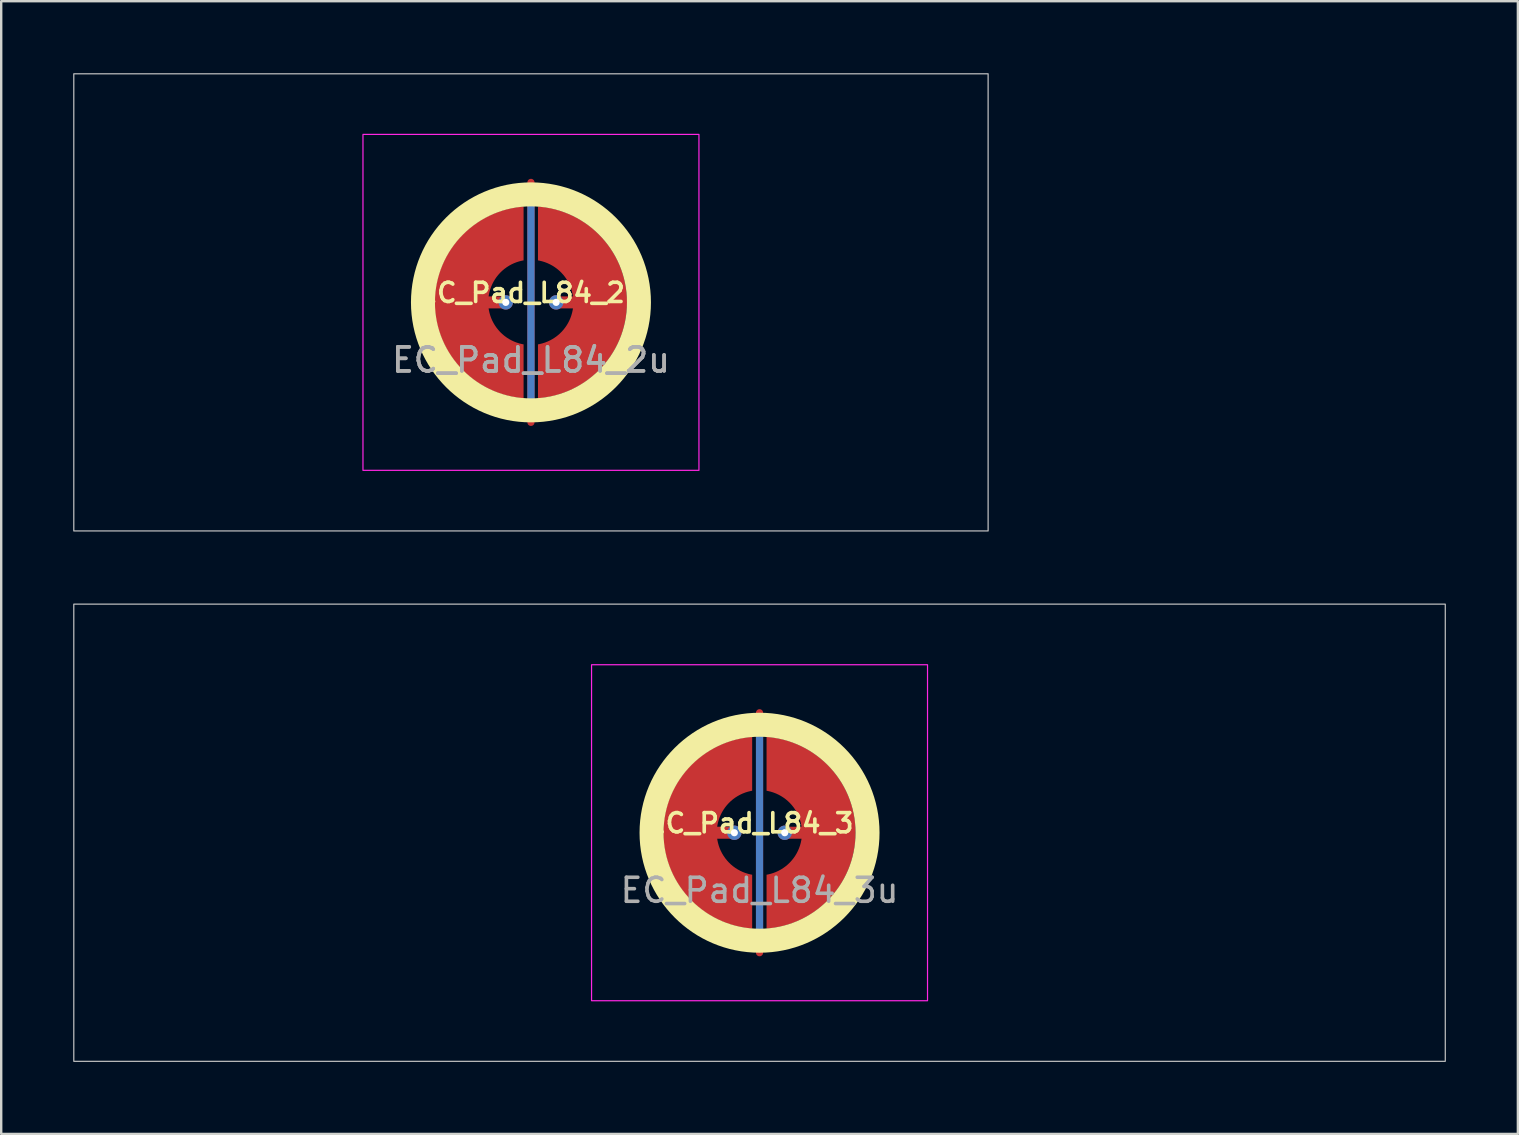
<source format=kicad_pcb>
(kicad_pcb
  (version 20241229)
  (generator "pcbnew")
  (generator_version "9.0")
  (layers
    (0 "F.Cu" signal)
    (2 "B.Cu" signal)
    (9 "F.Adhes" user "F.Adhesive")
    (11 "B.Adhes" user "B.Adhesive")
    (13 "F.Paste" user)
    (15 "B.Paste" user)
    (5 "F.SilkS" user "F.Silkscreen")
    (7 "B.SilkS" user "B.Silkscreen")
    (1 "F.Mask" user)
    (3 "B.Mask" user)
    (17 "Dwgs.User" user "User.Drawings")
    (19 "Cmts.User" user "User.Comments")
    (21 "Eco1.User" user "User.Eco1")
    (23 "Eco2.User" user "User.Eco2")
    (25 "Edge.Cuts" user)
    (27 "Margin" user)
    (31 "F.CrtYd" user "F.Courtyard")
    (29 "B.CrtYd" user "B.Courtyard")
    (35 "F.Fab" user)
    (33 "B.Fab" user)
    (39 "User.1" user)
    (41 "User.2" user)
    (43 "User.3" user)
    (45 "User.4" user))
  (footprint "EC_Pad_L84_3u"
    (layer "F.Cu")
    (at 28.6 31.65)
    (property "Reference" "EC_Pad_L84_3u" (at 0 -0.4 0) (unlocked yes) (layer "F.SilkS") (effects (font (size 0.8 0.8) (thickness 0.15))))
    (attr smd exclude_from_pos_files exclude_from_bom)
    (fp_circle (center 0 0) (end 4.5 0) (stroke (width 1) (type solid)) (fill no) (layer "F.SilkS"))
    (fp_rect (start -28.575 -9.525) (end 28.575 9.525) (stroke (width 0.05) (type solid)) (fill no) (layer "Dwgs.User"))
    (fp_rect (start -7.75 -7.75) (end 7.75 7.75) (stroke (width 0.05) (type solid)) (fill no) (layer "Eco1.User"))
    (fp_line (start -7 -6) (end -7 6) (stroke (width 0.1) (type default)) (layer "Eco2.User"))
    (fp_line (start -7 -6) (end -6 -7) (stroke (width 0.1) (type default)) (layer "Eco2.User"))
    (fp_line (start -7 6) (end -6 7) (stroke (width 0.1) (type default)) (layer "Eco2.User"))
    (fp_line (start -6 -7) (end 6 -7) (stroke (width 0.1) (type default)) (layer "Eco2.User"))
    (fp_line (start -6 7) (end 6 7) (stroke (width 0.1) (type default)) (layer "Eco2.User"))
    (fp_line (start 6 -7) (end 7 -6) (stroke (width 0.1) (type default)) (layer "Eco2.User"))
    (fp_line (start 6 7) (end 7 6) (stroke (width 0.1) (type default)) (layer "Eco2.User"))
    (fp_line (start 7 -6) (end 7 6) (stroke (width 0.1) (type default)) (layer "Eco2.User"))
    (fp_rect (start -7 -7) (end 7 7) (stroke (width 0.05) (type default)) (fill no) (layer "F.CrtYd"))
    (fp_text user "${REFERENCE}" (at 0 2.4 0) (unlocked yes) (layer "F.Fab") (effects (font (size 1 1) (thickness 0.15))))
    (pad "1" smd custom (at -2.75 0) (size 1 1) (layers "F.Cu") (options (anchor circle)) (primitives (gr_poly (pts (arc (start 2.442694 -1.749464) (mid 1.469813 -1.237093) (end 0.985388 -0.25)) (arc (start 1.668938 -0.25) (mid 1.844835 -0.177141) (end 1.917694 -0.001244)) (arc (start 1.917694 0.001244) (mid 1.844835 0.177141) (end 1.668938 0.25)) (arc (start 0.985388 0.25) (mid 1.469813 1.237093) (end 2.442694 1.749464)) (arc (start 2.442694 3.998762) (mid -1.267306 0) (end 2.442694 -3.998762))) (width 0) (fill yes))))
    (pad "1" thru_hole circle (at -1.05 0) (size 0.6 0.6) (drill 0.3) (layers "*.Cu"))
    (pad "2" thru_hole circle (at 1.05 0) (size 0.6 0.6) (drill 0.3) (layers "*.Cu"))
    (pad "2" smd custom (at 2.75 0) (size 1 1) (layers "F.Cu") (options (anchor circle)) (primitives (gr_poly (pts (arc (start -2.457306 3.998762) (mid 1.252694 0) (end -2.457306 -3.998762)) (arc (start -2.457306 -1.749464) (mid -1.484425 -1.237093) (end -1 -0.25)) (arc (start -1.68355 -0.25) (mid -1.859446 -0.17714) (end -1.932306 -0.001244)) (arc (start -1.932306 0.001244) (mid -1.859446 0.17714) (end -1.68355 0.25)) (arc (start -1 0.25) (mid -1.484425 1.237093) (end -2.457306 1.749464))) (width 0) (fill yes))))
    (pad "3" smd custom (at 0 0) (size 0.25 0.25) (layers "F.Cu") (options (anchor rect)) (primitives (gr_line (start 0 -5) (end 0 5) (width 0.3))))
    (pad "3" smd custom (at 0 0) (size 0.25 0.25) (layers "B.Cu") (options (anchor rect)) (primitives (gr_line (start 0 -4.5) (end 0 4.5) (width 0.3))))
    (zone (net_name "") (layer "F.Cu") (hatch edge 0.5) (connect_pads) (min_thickness 0.25) (filled_areas_thickness no) (keepout (tracks allowed) (vias allowed) (pads allowed) (copperpour not_allowed) (footprints allowed)) (placement (enabled no)) (fill) (polygon (pts (xy 33.595 31.432) (xy 33.557 30.997) (xy 33.481 30.568) (xy 33.369 30.146) (xy 33.219 29.737) (xy 33.035 29.341) (xy 32.817 28.964) (xy 32.567 28.606) (xy 32.286 28.272) (xy 31.978 27.964) (xy 31.644 27.683) (xy 31.286 27.433) (xy 30.909 27.215) (xy 30.513 27.031) (xy 30.104 26.881) (xy 29.682 26.769) (xy 29.253 26.693) (xy 28.818 26.655) (xy 28.382 26.655) (xy 27.947 26.693) (xy 27.518 26.769) (xy 27.096 26.881) (xy 26.687 27.031) (xy 26.291 27.215) (xy 25.914 27.433) (xy 25.556 27.683) (xy 25.222 27.964) (xy 24.914 28.272) (xy 24.633 28.606) (xy 24.383 28.964) (xy 24.165 29.341) (xy 23.981 29.737) (xy 23.831 30.146) (xy 23.719 30.568) (xy 23.643 30.997) (xy 23.605 31.432) (xy 23.605 31.868) (xy 23.643 32.303) (xy 23.719 32.732) (xy 23.831 33.154) (xy 23.981 33.563) (xy 24.165 33.959) (xy 24.383 34.336) (xy 24.633 34.694) (xy 24.914 35.028) (xy 25.222 35.336) (xy 25.556 35.617) (xy 25.914 35.867) (xy 26.291 36.085) (xy 26.687 36.269) (xy 27.096 36.419) (xy 27.518 36.531) (xy 27.947 36.607) (xy 28.382 36.645) (xy 28.818 36.645) (xy 29.253 36.607) (xy 29.682 36.531) (xy 30.104 36.419) (xy 30.513 36.269) (xy 30.909 36.085) (xy 31.286 35.867) (xy 31.644 35.617) (xy 31.978 35.336) (xy 32.286 35.028) (xy 32.567 34.694) (xy 32.817 34.336) (xy 33.035 33.959) (xy 33.219 33.563) (xy 33.369 33.154) (xy 33.481 32.732) (xy 33.557 32.303) (xy 33.595 31.868))))
    (zone (net_name "") (layer "B.Cu") (hatch edge 0.5) (connect_pads) (min_thickness 0.25) (filled_areas_thickness no) (keepout (tracks allowed) (vias allowed) (pads allowed) (copperpour not_allowed) (footprints allowed)) (placement (enabled no)) (fill) (polygon (pts (xy 33.096 31.454) (xy 33.062 31.063) (xy 32.993 30.676) (xy 32.892 30.297) (xy 32.757 29.928) (xy 32.592 29.572) (xy 32.395 29.232) (xy 32.17 28.911) (xy 31.918 28.61) (xy 31.64 28.332) (xy 31.339 28.08) (xy 31.018 27.855) (xy 30.678 27.658) (xy 30.322 27.493) (xy 29.953 27.358) (xy 29.574 27.257) (xy 29.187 27.188) (xy 28.796 27.154) (xy 28.404 27.154) (xy 28.013 27.188) (xy 27.626 27.257) (xy 27.247 27.358) (xy 26.878 27.493) (xy 26.522 27.658) (xy 26.182 27.855) (xy 25.861 28.08) (xy 25.56 28.332) (xy 25.282 28.61) (xy 25.03 28.911) (xy 24.805 29.232) (xy 24.608 29.572) (xy 24.443 29.928) (xy 24.308 30.297) (xy 24.207 30.676) (xy 24.138 31.063) (xy 24.104 31.454) (xy 24.104 31.846) (xy 24.138 32.237) (xy 24.207 32.624) (xy 24.308 33.003) (xy 24.443 33.372) (xy 24.608 33.728) (xy 24.805 34.068) (xy 25.03 34.389) (xy 25.282 34.69) (xy 25.56 34.968) (xy 25.861 35.22) (xy 26.182 35.445) (xy 26.522 35.642) (xy 26.878 35.807) (xy 27.247 35.942) (xy 27.626 36.043) (xy 28.013 36.112) (xy 28.404 36.146) (xy 28.796 36.146) (xy 29.187 36.112) (xy 29.574 36.043) (xy 29.953 35.942) (xy 30.322 35.807) (xy 30.678 35.642) (xy 31.018 35.445) (xy 31.339 35.22) (xy 31.64 34.968) (xy 31.918 34.69) (xy 32.17 34.389) (xy 32.395 34.068) (xy 32.592 33.728) (xy 32.757 33.372) (xy 32.892 33.003) (xy 32.993 32.624) (xy 33.062 32.237) (xy 33.096 31.846)))))
  (footprint "EC_Pad_L84_2u"
    (layer "F.Cu")
    (at 19.075 9.55)
    (property "Reference" "EC_Pad_L84_2u" (at 0 -0.4 0) (unlocked yes) (layer "F.SilkS") (effects (font (size 0.8 0.8) (thickness 0.15))))
    (attr smd exclude_from_pos_files exclude_from_bom)
    (fp_circle (center 0 0) (end 4.5 0) (stroke (width 1) (type solid)) (fill no) (layer "F.SilkS"))
    (fp_rect (start -19.05 -9.525) (end 19.05 9.525) (stroke (width 0.05) (type solid)) (fill no) (layer "Dwgs.User"))
    (fp_rect (start -7.75 -7.75) (end 7.75 7.75) (stroke (width 0.05) (type solid)) (fill no) (layer "Eco1.User"))
    (fp_line (start -7 -6) (end -7 6) (stroke (width 0.1) (type default)) (layer "Eco2.User"))
    (fp_line (start -7 -6) (end -6 -7) (stroke (width 0.1) (type default)) (layer "Eco2.User"))
    (fp_line (start -7 6) (end -6 7) (stroke (width 0.1) (type default)) (layer "Eco2.User"))
    (fp_line (start -6 -7) (end 6 -7) (stroke (width 0.1) (type default)) (layer "Eco2.User"))
    (fp_line (start -6 7) (end 6 7) (stroke (width 0.1) (type default)) (layer "Eco2.User"))
    (fp_line (start 6 -7) (end 7 -6) (stroke (width 0.1) (type default)) (layer "Eco2.User"))
    (fp_line (start 6 7) (end 7 6) (stroke (width 0.1) (type default)) (layer "Eco2.User"))
    (fp_line (start 7 -6) (end 7 6) (stroke (width 0.1) (type default)) (layer "Eco2.User"))
    (fp_rect (start -7 -7) (end 7 7) (stroke (width 0.05) (type default)) (fill no) (layer "F.CrtYd"))
    (fp_text user "${REFERENCE}" (at 0 2.4 0) (unlocked yes) (layer "F.Fab") (effects (font (size 1 1) (thickness 0.15))))
    (fp_text user "${REFERENCE}" (at 0 2.4 0) (unlocked yes) (layer "F.Fab") (effects (font (size 1 1) (thickness 0.15))))
    (pad "1" smd custom (at -2.75 0) (size 1 1) (layers "F.Cu") (options (anchor circle)) (primitives (gr_poly (pts (arc (start 2.442694 -1.749464) (mid 1.469813 -1.237093) (end 0.985388 -0.25)) (arc (start 1.668938 -0.25) (mid 1.844835 -0.177141) (end 1.917694 -0.001244)) (arc (start 1.917694 0.001244) (mid 1.844835 0.177141) (end 1.668938 0.25)) (arc (start 0.985388 0.25) (mid 1.469813 1.237093) (end 2.442694 1.749464)) (arc (start 2.442694 3.998762) (mid -1.267306 0) (end 2.442694 -3.998762))) (width 0) (fill yes))))
    (pad "1" thru_hole circle (at -1.05 0) (size 0.6 0.6) (drill 0.3) (layers "*.Cu"))
    (pad "2" thru_hole circle (at 1.05 0) (size 0.6 0.6) (drill 0.3) (layers "*.Cu"))
    (pad "2" smd custom (at 2.75 0) (size 1 1) (layers "F.Cu") (options (anchor circle)) (primitives (gr_poly (pts (arc (start -2.457306 3.998762) (mid 1.252694 0) (end -2.457306 -3.998762)) (arc (start -2.457306 -1.749464) (mid -1.484425 -1.237093) (end -1 -0.25)) (arc (start -1.68355 -0.25) (mid -1.859446 -0.17714) (end -1.932306 -0.001244)) (arc (start -1.932306 0.001244) (mid -1.859446 0.17714) (end -1.68355 0.25)) (arc (start -1 0.25) (mid -1.484425 1.237093) (end -2.457306 1.749464))) (width 0) (fill yes))))
    (pad "3" smd custom (at 0 0) (size 0.25 0.25) (layers "F.Cu") (options (anchor rect)) (primitives (gr_line (start 0 -5) (end 0 5) (width 0.3))))
    (pad "3" smd custom (at 0 0) (size 0.25 0.25) (layers "B.Cu") (options (anchor rect)) (primitives (gr_line (start 0 -4.5) (end 0 4.5) (width 0.3))))
    (zone (net_name "") (layer "F.Cu") (hatch edge 0.5) (connect_pads) (min_thickness 0.25) (filled_areas_thickness no) (keepout (tracks allowed) (vias allowed) (pads allowed) (copperpour not_allowed) (footprints allowed)) (placement (enabled no)) (fill) (polygon (pts (xy 24.07 9.332) (xy 24.032 8.897) (xy 23.956 8.468) (xy 23.844 8.046) (xy 23.694 7.637) (xy 23.51 7.241) (xy 23.292 6.864) (xy 23.042 6.506) (xy 22.761 6.172) (xy 22.453 5.864) (xy 22.119 5.583) (xy 21.761 5.333) (xy 21.384 5.115) (xy 20.988 4.931) (xy 20.579 4.781) (xy 20.157 4.669) (xy 19.728 4.593) (xy 19.293 4.555) (xy 18.857 4.555) (xy 18.422 4.593) (xy 17.993 4.669) (xy 17.571 4.781) (xy 17.162 4.931) (xy 16.766 5.115) (xy 16.389 5.333) (xy 16.031 5.583) (xy 15.697 5.864) (xy 15.389 6.172) (xy 15.108 6.506) (xy 14.858 6.864) (xy 14.64 7.241) (xy 14.456 7.637) (xy 14.306 8.046) (xy 14.194 8.468) (xy 14.118 8.897) (xy 14.08 9.332) (xy 14.08 9.768) (xy 14.118 10.203) (xy 14.194 10.632) (xy 14.306 11.054) (xy 14.456 11.463) (xy 14.64 11.859) (xy 14.858 12.236) (xy 15.108 12.594) (xy 15.389 12.928) (xy 15.697 13.236) (xy 16.031 13.517) (xy 16.389 13.767) (xy 16.766 13.985) (xy 17.162 14.169) (xy 17.571 14.319) (xy 17.993 14.431) (xy 18.422 14.507) (xy 18.857 14.545) (xy 19.293 14.545) (xy 19.728 14.507) (xy 20.157 14.431) (xy 20.579 14.319) (xy 20.988 14.169) (xy 21.384 13.985) (xy 21.761 13.767) (xy 22.119 13.517) (xy 22.453 13.236) (xy 22.761 12.928) (xy 23.042 12.594) (xy 23.292 12.236) (xy 23.51 11.859) (xy 23.694 11.463) (xy 23.844 11.054) (xy 23.956 10.632) (xy 24.032 10.203) (xy 24.07 9.768))))
    (zone (net_name "") (layer "B.Cu") (hatch edge 0.5) (connect_pads) (min_thickness 0.25) (filled_areas_thickness no) (keepout (tracks allowed) (vias allowed) (pads allowed) (copperpour not_allowed) (footprints allowed)) (placement (enabled no)) (fill) (polygon (pts (xy 23.571 9.354) (xy 23.537 8.963) (xy 23.468 8.576) (xy 23.367 8.197) (xy 23.232 7.828) (xy 23.067 7.472) (xy 22.87 7.132) (xy 22.645 6.811) (xy 22.393 6.51) (xy 22.115 6.232) (xy 21.814 5.98) (xy 21.493 5.755) (xy 21.153 5.558) (xy 20.797 5.393) (xy 20.428 5.258) (xy 20.049 5.157) (xy 19.662 5.088) (xy 19.271 5.054) (xy 18.879 5.054) (xy 18.488 5.088) (xy 18.101 5.157) (xy 17.722 5.258) (xy 17.353 5.393) (xy 16.997 5.558) (xy 16.657 5.755) (xy 16.336 5.98) (xy 16.035 6.232) (xy 15.757 6.51) (xy 15.505 6.811) (xy 15.28 7.132) (xy 15.083 7.472) (xy 14.918 7.828) (xy 14.783 8.197) (xy 14.682 8.576) (xy 14.613 8.963) (xy 14.579 9.354) (xy 14.579 9.746) (xy 14.613 10.137) (xy 14.682 10.524) (xy 14.783 10.903) (xy 14.918 11.272) (xy 15.083 11.628) (xy 15.28 11.968) (xy 15.505 12.289) (xy 15.757 12.59) (xy 16.035 12.868) (xy 16.336 13.12) (xy 16.657 13.345) (xy 16.997 13.542) (xy 17.353 13.707) (xy 17.722 13.842) (xy 18.101 13.943) (xy 18.488 14.012) (xy 18.879 14.046) (xy 19.271 14.046) (xy 19.662 14.012) (xy 20.049 13.943) (xy 20.428 13.842) (xy 20.797 13.707) (xy 21.153 13.542) (xy 21.493 13.345) (xy 21.814 13.12) (xy 22.115 12.868) (xy 22.393 12.59) (xy 22.645 12.289) (xy 22.87 11.968) (xy 23.067 11.628) (xy 23.232 11.272) (xy 23.367 10.903) (xy 23.468 10.524) (xy 23.537 10.137) (xy 23.571 9.746)))))
  (gr_rect
    (start -3 -3)
    (end 60.2 44.2)
    (stroke (width 0.1) (type default))
    (fill no)
    (layer "Edge.Cuts")))
</source>
